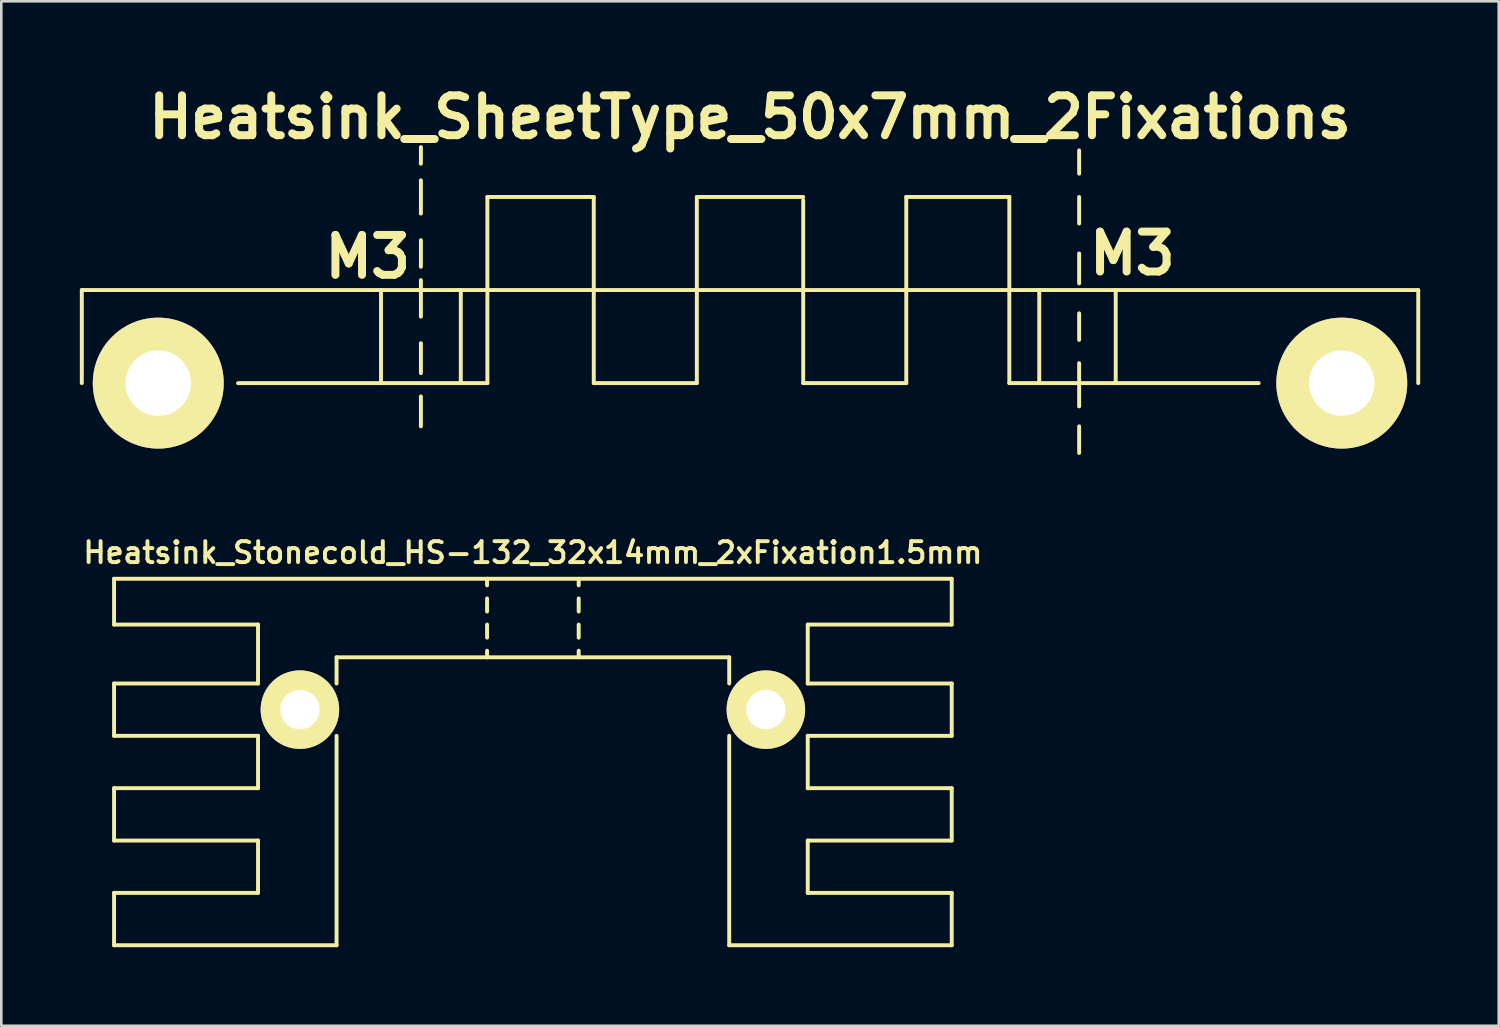
<source format=kicad_pcb>
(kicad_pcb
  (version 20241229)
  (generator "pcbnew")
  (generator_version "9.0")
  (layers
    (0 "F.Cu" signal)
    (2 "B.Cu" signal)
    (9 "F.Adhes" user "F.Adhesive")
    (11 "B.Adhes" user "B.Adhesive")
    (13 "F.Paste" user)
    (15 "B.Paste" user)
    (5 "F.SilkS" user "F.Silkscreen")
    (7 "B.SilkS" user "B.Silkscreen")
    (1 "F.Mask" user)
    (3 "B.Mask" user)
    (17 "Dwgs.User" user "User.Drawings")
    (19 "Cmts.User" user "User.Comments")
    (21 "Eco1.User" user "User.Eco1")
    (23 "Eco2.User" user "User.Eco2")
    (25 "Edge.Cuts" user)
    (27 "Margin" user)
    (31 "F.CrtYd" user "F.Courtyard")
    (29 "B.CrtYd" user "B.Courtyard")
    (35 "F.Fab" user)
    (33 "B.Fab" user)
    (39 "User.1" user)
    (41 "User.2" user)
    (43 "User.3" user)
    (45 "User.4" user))
  (footprint "Heatsink_Stonecold_HS-132_32x14mm_2xFixation1.5mm"
    (layer "F.Cu")
    (at 17.307 24.06)
    (property "Reference" "Heatsink_Stonecold_HS-132_32x14mm_2xFixation1.5mm" (at 0 -6 0) (layer "F.SilkS") (effects (font (size 0.8 0.8) (thickness 0.15))))
    (attr through_hole)
    (fp_line (start -16 -5) (end 16 -5) (stroke (width 0.15) (type solid)) (layer "F.SilkS"))
    (fp_line (start -16 -3.25) (end -16 -5) (stroke (width 0.15) (type solid)) (layer "F.SilkS"))
    (fp_line (start -16 -1) (end -16 1) (stroke (width 0.15) (type solid)) (layer "F.SilkS"))
    (fp_line (start -16 1) (end -10.5 1) (stroke (width 0.15) (type solid)) (layer "F.SilkS"))
    (fp_line (start -16 3) (end -16 5) (stroke (width 0.15) (type solid)) (layer "F.SilkS"))
    (fp_line (start -16 5) (end -10.5 5) (stroke (width 0.15) (type solid)) (layer "F.SilkS"))
    (fp_line (start -16 7) (end -16 9) (stroke (width 0.15) (type solid)) (layer "F.SilkS"))
    (fp_line (start -10.5 -3.25) (end -16 -3.25) (stroke (width 0.15) (type solid)) (layer "F.SilkS"))
    (fp_line (start -10.5 -3.25) (end -10.5 -1) (stroke (width 0.15) (type solid)) (layer "F.SilkS"))
    (fp_line (start -10.5 -1) (end -16 -1) (stroke (width 0.15) (type solid)) (layer "F.SilkS"))
    (fp_line (start -10.5 1) (end -10.5 3) (stroke (width 0.15) (type solid)) (layer "F.SilkS"))
    (fp_line (start -10.5 3) (end -16 3) (stroke (width 0.15) (type solid)) (layer "F.SilkS"))
    (fp_line (start -10.5 5) (end -10.5 7) (stroke (width 0.15) (type solid)) (layer "F.SilkS"))
    (fp_line (start -10.5 7) (end -16 7) (stroke (width 0.15) (type solid)) (layer "F.SilkS"))
    (fp_line (start -7.5 -2) (end -7.5 -1) (stroke (width 0.15) (type solid)) (layer "F.SilkS"))
    (fp_line (start -7.5 -2) (end 7.5 -2) (stroke (width 0.15) (type solid)) (layer "F.SilkS"))
    (fp_line (start -7.5 1) (end -7.5 9) (stroke (width 0.15) (type solid)) (layer "F.SilkS"))
    (fp_line (start -7.5 9) (end -16 9) (stroke (width 0.15) (type solid)) (layer "F.SilkS"))
    (fp_line (start -1.75 -4.75) (end -1.75 -5) (stroke (width 0.15) (type solid)) (layer "F.SilkS"))
    (fp_line (start -1.75 -4.25) (end -1.75 -3.75) (stroke (width 0.15) (type solid)) (layer "F.SilkS"))
    (fp_line (start -1.75 -3.25) (end -1.75 -2.75) (stroke (width 0.15) (type solid)) (layer "F.SilkS"))
    (fp_line (start -1.75 -2.25) (end -1.75 -2) (stroke (width 0.15) (type solid)) (layer "F.SilkS"))
    (fp_line (start 1.75 -4.75) (end 1.75 -5) (stroke (width 0.15) (type solid)) (layer "F.SilkS"))
    (fp_line (start 1.75 -4.25) (end 1.75 -3.75) (stroke (width 0.15) (type solid)) (layer "F.SilkS"))
    (fp_line (start 1.75 -3.25) (end 1.75 -2.75) (stroke (width 0.15) (type solid)) (layer "F.SilkS"))
    (fp_line (start 1.75 -2.25) (end 1.75 -2) (stroke (width 0.15) (type solid)) (layer "F.SilkS"))
    (fp_line (start 7.5 -2) (end 7.5 -1) (stroke (width 0.15) (type solid)) (layer "F.SilkS"))
    (fp_line (start 7.5 1) (end 7.5 9) (stroke (width 0.15) (type solid)) (layer "F.SilkS"))
    (fp_line (start 7.5 9) (end 16 9) (stroke (width 0.15) (type solid)) (layer "F.SilkS"))
    (fp_line (start 10.5 -3.25) (end 10.5 -1) (stroke (width 0.15) (type solid)) (layer "F.SilkS"))
    (fp_line (start 10.5 -3.25) (end 16 -3.25) (stroke (width 0.15) (type solid)) (layer "F.SilkS"))
    (fp_line (start 10.5 -1) (end 16 -1) (stroke (width 0.15) (type solid)) (layer "F.SilkS"))
    (fp_line (start 10.5 1) (end 10.5 3) (stroke (width 0.15) (type solid)) (layer "F.SilkS"))
    (fp_line (start 10.5 1) (end 16 1) (stroke (width 0.15) (type solid)) (layer "F.SilkS"))
    (fp_line (start 10.5 3) (end 16 3) (stroke (width 0.15) (type solid)) (layer "F.SilkS"))
    (fp_line (start 10.5 5) (end 10.5 7) (stroke (width 0.15) (type solid)) (layer "F.SilkS"))
    (fp_line (start 10.5 5) (end 16 5) (stroke (width 0.15) (type solid)) (layer "F.SilkS"))
    (fp_line (start 10.5 7) (end 16 7) (stroke (width 0.15) (type solid)) (layer "F.SilkS"))
    (fp_line (start 16 -5) (end 16 -3.25) (stroke (width 0.15) (type solid)) (layer "F.SilkS"))
    (fp_line (start 16 -1) (end 16 1) (stroke (width 0.15) (type solid)) (layer "F.SilkS"))
    (fp_line (start 16 3) (end 16 5) (stroke (width 0.15) (type solid)) (layer "F.SilkS"))
    (fp_line (start 16 7) (end 16 9) (stroke (width 0.15) (type solid)) (layer "F.SilkS"))
    (pad "1" thru_hole circle (at -8.9 0) (size 3 3) (drill 1.5) (layers "*.Cu" "*.Mask" "F.SilkS"))
    (pad "1" thru_hole circle (at 8.9 0) (size 3 3) (drill 1.5) (layers "*.Cu" "*.Mask" "F.SilkS")))
  (footprint "Heatsink_SheetType_50x7mm_2Fixations"
    (layer "F.Cu")
    (at 25.602 11.586)
    (property "Reference" "Heatsink_SheetType_50x7mm_2Fixations" (at 0 -10.16 0) (layer "F.SilkS") (effects (font (size 1.524 1.524) (thickness 0.305))))
    (attr through_hole)
    (fp_line (start -25.527 -3.556) (end -25.527 0) (stroke (width 0.15) (type solid)) (layer "F.SilkS"))
    (fp_line (start -14.097 -3.556) (end -14.097 0) (stroke (width 0.15) (type solid)) (layer "F.SilkS"))
    (fp_line (start -12.573 -9.017) (end -12.573 -8.382) (stroke (width 0.15) (type solid)) (layer "F.SilkS"))
    (fp_line (start -12.573 -7.747) (end -12.573 -6.477) (stroke (width 0.15) (type solid)) (layer "F.SilkS"))
    (fp_line (start -12.573 -5.461) (end -12.573 -4.445) (stroke (width 0.15) (type solid)) (layer "F.SilkS"))
    (fp_line (start -12.573 -3.937) (end -12.573 -2.54) (stroke (width 0.15) (type solid)) (layer "F.SilkS"))
    (fp_line (start -12.573 -1.524) (end -12.573 -0.381) (stroke (width 0.15) (type solid)) (layer "F.SilkS"))
    (fp_line (start -12.573 0.508) (end -12.573 1.651) (stroke (width 0.15) (type solid)) (layer "F.SilkS"))
    (fp_line (start -11.049 -3.556) (end -11.049 0) (stroke (width 0.15) (type solid)) (layer "F.SilkS"))
    (fp_line (start -10.033 -7.112) (end -10.033 0) (stroke (width 0.15) (type solid)) (layer "F.SilkS"))
    (fp_line (start -10.033 0) (end -19.558 0) (stroke (width 0.15) (type solid)) (layer "F.SilkS"))
    (fp_line (start -5.969 -7.112) (end -10.033 -7.112) (stroke (width 0.15) (type solid)) (layer "F.SilkS"))
    (fp_line (start -5.969 -7.112) (end -5.969 0) (stroke (width 0.15) (type solid)) (layer "F.SilkS"))
    (fp_line (start -2.032 -7.112) (end -2.032 0) (stroke (width 0.15) (type solid)) (layer "F.SilkS"))
    (fp_line (start -2.032 0) (end -5.969 0) (stroke (width 0.15) (type solid)) (layer "F.SilkS"))
    (fp_line (start 2.032 -7.112) (end -2.032 -7.112) (stroke (width 0.15) (type solid)) (layer "F.SilkS"))
    (fp_line (start 2.032 -6.985) (end 2.032 0) (stroke (width 0.15) (type solid)) (layer "F.SilkS"))
    (fp_line (start 5.969 -7.112) (end 5.969 0) (stroke (width 0.15) (type solid)) (layer "F.SilkS"))
    (fp_line (start 5.969 0) (end 2.032 0) (stroke (width 0.15) (type solid)) (layer "F.SilkS"))
    (fp_line (start 9.906 -7.112) (end 5.969 -7.112) (stroke (width 0.15) (type solid)) (layer "F.SilkS"))
    (fp_line (start 9.906 -7.112) (end 9.906 0) (stroke (width 0.15) (type solid)) (layer "F.SilkS"))
    (fp_line (start 11.049 -3.556) (end 11.049 0) (stroke (width 0.15) (type solid)) (layer "F.SilkS"))
    (fp_line (start 12.573 -8.89) (end 12.573 -8.001) (stroke (width 0.15) (type solid)) (layer "F.SilkS"))
    (fp_line (start 12.573 -7.112) (end 12.573 -6.096) (stroke (width 0.15) (type solid)) (layer "F.SilkS"))
    (fp_line (start 12.573 -4.953) (end 12.573 -3.81) (stroke (width 0.15) (type solid)) (layer "F.SilkS"))
    (fp_line (start 12.573 -2.667) (end 12.573 -1.651) (stroke (width 0.15) (type solid)) (layer "F.SilkS"))
    (fp_line (start 12.573 -0.762) (end 12.573 0.889) (stroke (width 0.15) (type solid)) (layer "F.SilkS"))
    (fp_line (start 12.573 1.651) (end 12.573 2.667) (stroke (width 0.15) (type solid)) (layer "F.SilkS"))
    (fp_line (start 13.97 -3.556) (end 13.97 0) (stroke (width 0.15) (type solid)) (layer "F.SilkS"))
    (fp_line (start 13.97 0) (end 9.906 0) (stroke (width 0.15) (type solid)) (layer "F.SilkS"))
    (fp_line (start 13.97 0) (end 19.431 0) (stroke (width 0.15) (type solid)) (layer "F.SilkS"))
    (fp_line (start 25.527 -3.556) (end -25.527 -3.556) (stroke (width 0.15) (type solid)) (layer "F.SilkS"))
    (fp_line (start 25.527 0) (end 25.527 -3.556) (stroke (width 0.15) (type solid)) (layer "F.SilkS"))
    (fp_text user "M3" (at -14.605 -4.826 0) (layer "F.SilkS") (effects (font (size 1.524 1.524) (thickness 0.305))))
    (fp_text user "M3" (at 14.605 -4.953 0) (layer "F.SilkS") (effects (font (size 1.524 1.524) (thickness 0.305))))
    (pad "1" thru_hole circle (at -22.606 0) (size 5.001 5.001) (drill 2.499) (layers "*.Cu" "*.Mask" "F.SilkS"))
    (pad "1" thru_hole circle (at 22.606 0) (size 5.001 5.001) (drill 2.499) (layers "*.Cu" "*.Mask" "F.SilkS")))
  (gr_rect
    (start -3 -3)
    (end 54.204 36.135)
    (stroke (width 0.1) (type default))
    (fill no)
    (layer "Edge.Cuts")))
</source>
